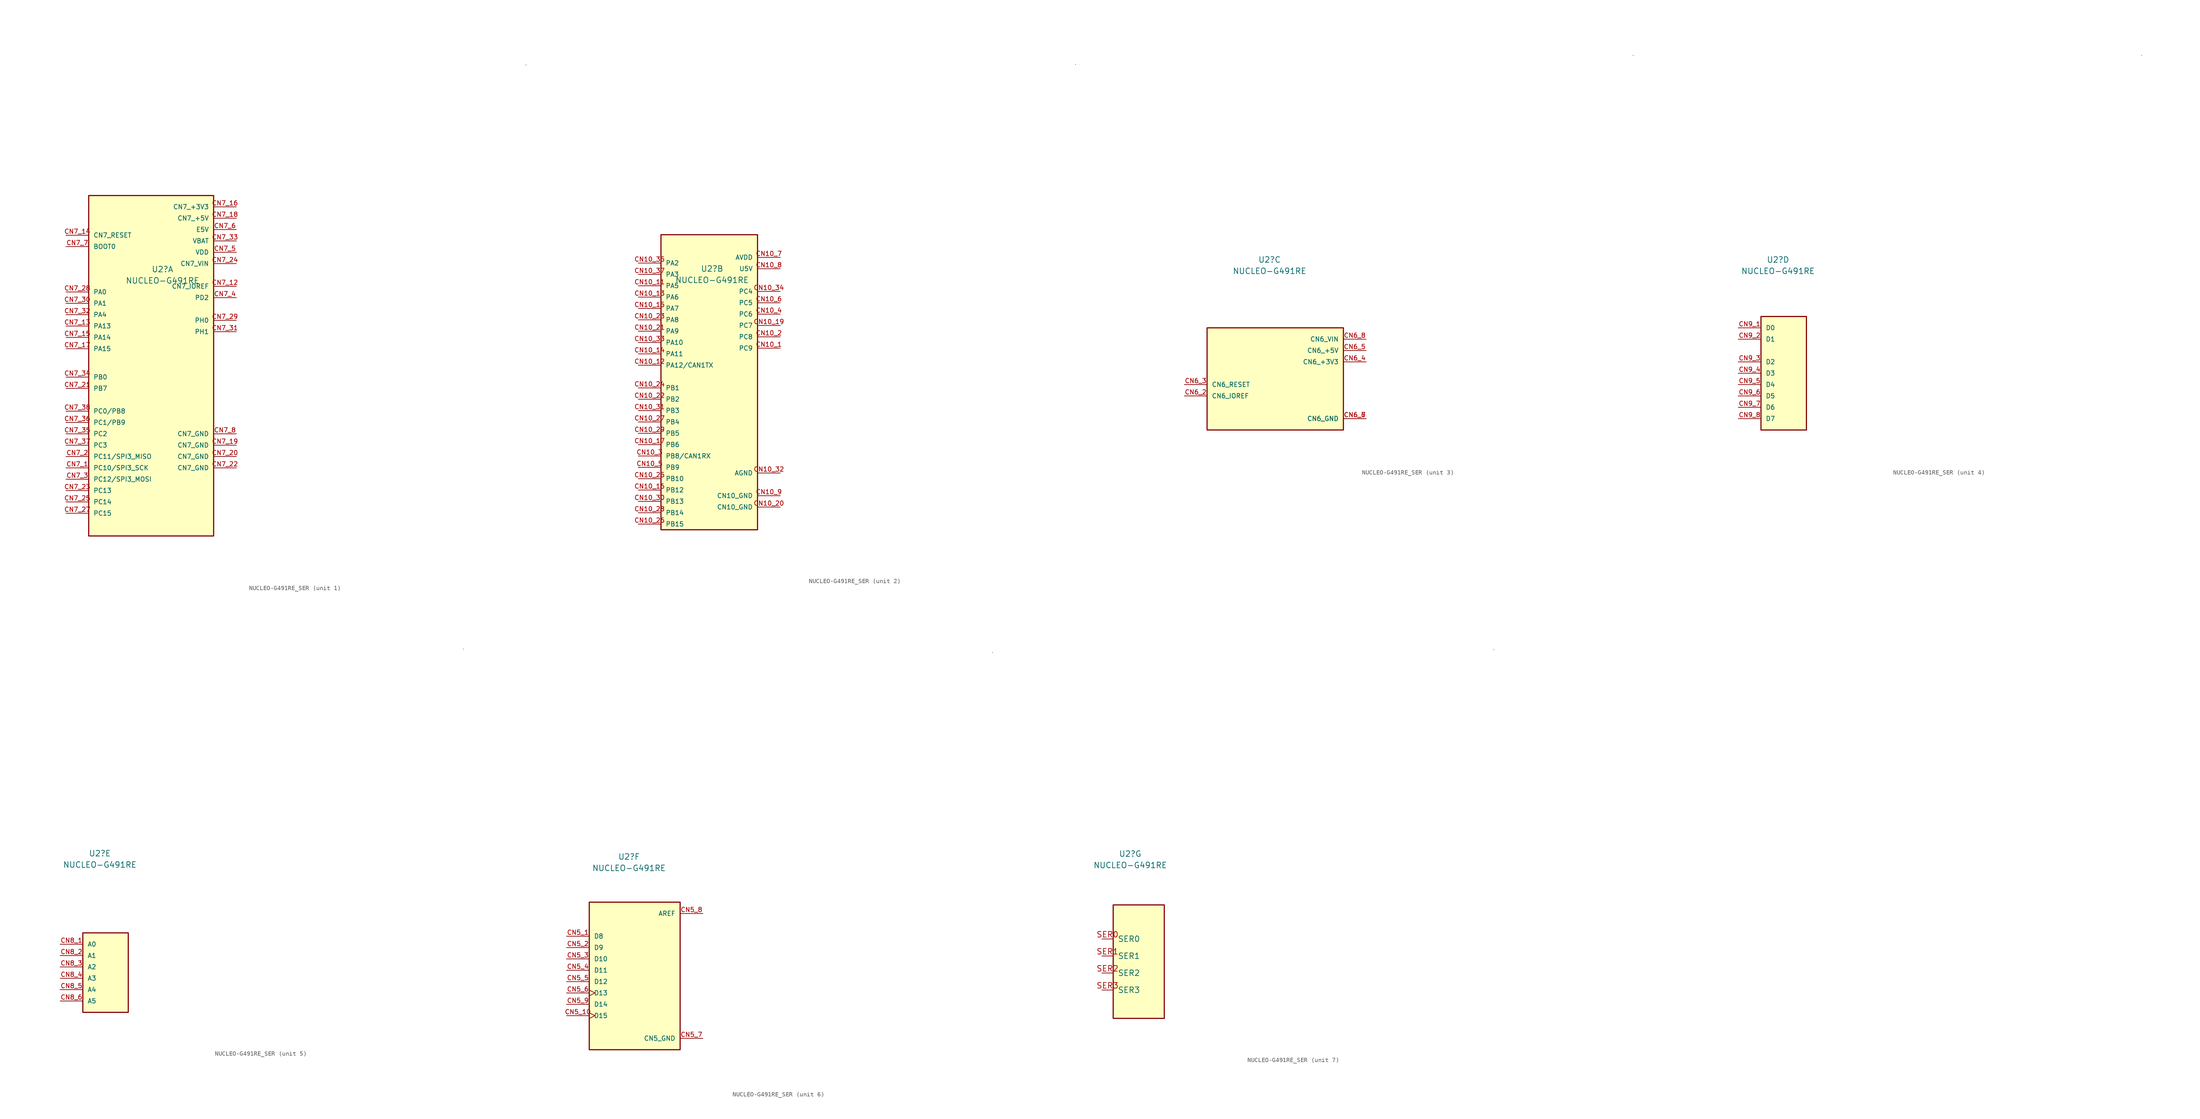
<source format=kicad_sym>
(kicad_symbol_lib
  (version 20220914)
  (generator kicad_symbol_editor)
  (symbol "NUCLEO-G491RE_SER"
    (pin_names
      (offset 1.016))
    (property "Reference" "U2"
      (at -1.27 25.4 0)
      (effects (font (size 1.27 1.27))))
    (property "Value" "NUCLEO-G491RE"
      (at -1.27 22.86 0)
      (effects (font (size 1.27 1.27))))
    (property "ki_locked" ""
      (at 0 0 0)
      (effects (font (size 1.27 1.27))))
    (symbol "NUCLEO-G491RE_SER_0_1"
      (rectangle (start 80.01 71.12) (end 80.01 71.12) (stroke (width 0) (type default)) (fill (type none))))
    (symbol "NUCLEO-G491RE_SER_1_0"
      (rectangle (start -17.78 41.91) (end 10.16 -34.29) (stroke (width 0.254) (type default)) (fill (type background)))
      (pin bidirectional line (at -22.86 -19.05 0) (length 5.08) (name "PC10/SPI3_SCK" (effects (font (size 1.016 1.016)))) (number "CN7_1" (effects (font (size 1.016 1.016)))))
      (pin bidirectional line (at 15.24 21.59 180) (length 5.08) (name "CN7_IOREF" (effects (font (size 1.016 1.016)))) (number "CN7_12" (effects (font (size 1.016 1.016)))))
      (pin bidirectional line (at -22.86 12.7 0) (length 5.08) (name "PA13" (effects (font (size 1.016 1.016)))) (number "CN7_13" (effects (font (size 1.016 1.016)))))
      (pin bidirectional line (at -22.86 33.02 0) (length 5.08) (name "CN7_RESET" (effects (font (size 1.016 1.016)))) (number "CN7_14" (effects (font (size 1.016 1.016)))))
      (pin bidirectional line (at -22.86 10.16 0) (length 5.08) (name "PA14" (effects (font (size 1.016 1.016)))) (number "CN7_15" (effects (font (size 1.016 1.016)))))
      (pin power_in line (at 15.24 39.37 180) (length 5.08) (name "CN7_+3V3" (effects (font (size 1.016 1.016)))) (number "CN7_16" (effects (font (size 1.016 1.016)))))
      (pin bidirectional line (at -22.86 7.62 0) (length 5.08) (name "PA15" (effects (font (size 1.016 1.016)))) (number "CN7_17" (effects (font (size 1.016 1.016)))))
      (pin power_in line (at 15.24 36.83 180) (length 5.08) (name "CN7_+5V" (effects (font (size 1.016 1.016)))) (number "CN7_18" (effects (font (size 1.016 1.016)))))
      (pin power_in line (at 15.24 -13.97 180) (length 5.08) (name "CN7_GND" (effects (font (size 1.016 1.016)))) (number "CN7_19" (effects (font (size 1.016 1.016)))))
      (pin bidirectional line (at -22.86 -16.51 0) (length 5.08) (name "PC11/SPI3_MISO" (effects (font (size 1.016 1.016)))) (number "CN7_2" (effects (font (size 1.016 1.016)))))
      (pin power_in line (at 15.24 -16.51 180) (length 5.08) (name "CN7_GND" (effects (font (size 1.016 1.016)))) (number "CN7_20" (effects (font (size 1.016 1.016)))))
      (pin bidirectional line (at -22.86 -1.27 0) (length 5.08) (name "PB7" (effects (font (size 1.016 1.016)))) (number "CN7_21" (effects (font (size 1.016 1.016)))))
      (pin power_in line (at 15.24 -19.05 180) (length 5.08) (name "CN7_GND" (effects (font (size 1.016 1.016)))) (number "CN7_22" (effects (font (size 1.016 1.016)))))
      (pin bidirectional line (at -22.86 -24.13 0) (length 5.08) (name "PC13" (effects (font (size 1.016 1.016)))) (number "CN7_23" (effects (font (size 1.016 1.016)))))
      (pin power_in line (at 15.24 26.67 180) (length 5.08) (name "CN7_VIN" (effects (font (size 1.016 1.016)))) (number "CN7_24" (effects (font (size 1.016 1.016)))))
      (pin bidirectional line (at -22.86 -26.67 0) (length 5.08) (name "PC14" (effects (font (size 1.016 1.016)))) (number "CN7_25" (effects (font (size 1.016 1.016)))))
      (pin bidirectional line (at -22.86 -29.21 0) (length 5.08) (name "PC15" (effects (font (size 1.016 1.016)))) (number "CN7_27" (effects (font (size 1.016 1.016)))))
      (pin bidirectional line (at -22.86 20.32 0) (length 5.08) (name "PA0" (effects (font (size 1.016 1.016)))) (number "CN7_28" (effects (font (size 1.016 1.016)))))
      (pin bidirectional line (at 15.24 13.97 180) (length 5.08) (name "PH0" (effects (font (size 1.016 1.016)))) (number "CN7_29" (effects (font (size 1.016 1.016)))))
      (pin bidirectional line (at -22.86 -21.59 0) (length 5.08) (name "PC12/SPI3_MOSI" (effects (font (size 1.016 1.016)))) (number "CN7_3" (effects (font (size 1.016 1.016)))))
      (pin bidirectional line (at -22.86 17.78 0) (length 5.08) (name "PA1" (effects (font (size 1.016 1.016)))) (number "CN7_30" (effects (font (size 1.016 1.016)))))
      (pin bidirectional line (at 15.24 11.43 180) (length 5.08) (name "PH1" (effects (font (size 1.016 1.016)))) (number "CN7_31" (effects (font (size 1.016 1.016)))))
      (pin bidirectional line (at -22.86 15.24 0) (length 5.08) (name "PA4" (effects (font (size 1.016 1.016)))) (number "CN7_32" (effects (font (size 1.016 1.016)))))
      (pin power_in line (at 15.24 31.75 180) (length 5.08) (name "VBAT" (effects (font (size 1.016 1.016)))) (number "CN7_33" (effects (font (size 1.016 1.016)))))
      (pin bidirectional line (at -22.86 1.27 0) (length 5.08) (name "PB0" (effects (font (size 1.016 1.016)))) (number "CN7_34" (effects (font (size 1.016 1.016)))))
      (pin bidirectional line (at -22.86 -11.43 0) (length 5.08) (name "PC2" (effects (font (size 1.016 1.016)))) (number "CN7_35" (effects (font (size 1.016 1.016)))))
      (pin bidirectional line (at -22.86 -8.89 0) (length 5.08) (name "PC1/PB9" (effects (font (size 1.016 1.016)))) (number "CN7_36" (effects (font (size 1.016 1.016)))))
      (pin bidirectional line (at -22.86 -13.97 0) (length 5.08) (name "PC3" (effects (font (size 1.016 1.016)))) (number "CN7_37" (effects (font (size 1.016 1.016)))))
      (pin bidirectional line (at -22.86 -6.35 0) (length 5.08) (name "PC0/PB8" (effects (font (size 1.016 1.016)))) (number "CN7_38" (effects (font (size 1.016 1.016)))))
      (pin bidirectional line (at 15.24 19.05 180) (length 5.08) (name "PD2" (effects (font (size 1.016 1.016)))) (number "CN7_4" (effects (font (size 1.016 1.016)))))
      (pin power_in line (at 15.24 29.21 180) (length 5.08) (name "VDD" (effects (font (size 1.016 1.016)))) (number "CN7_5" (effects (font (size 1.016 1.016)))))
      (pin power_in line (at 15.24 34.29 180) (length 5.08) (name "E5V" (effects (font (size 1.016 1.016)))) (number "CN7_6" (effects (font (size 1.016 1.016)))))
      (pin bidirectional line (at -22.86 30.48 0) (length 5.08) (name "BOOT0" (effects (font (size 1.016 1.016)))) (number "CN7_7" (effects (font (size 1.016 1.016)))))
      (pin power_in line (at 15.24 -11.43 180) (length 5.08) (name "CN7_GND" (effects (font (size 1.016 1.016)))) (number "CN7_8" (effects (font (size 1.016 1.016))))))
    (symbol "NUCLEO-G491RE_SER_2_0"
      (rectangle (start -12.7 33.02) (end 8.89 -33.02) (stroke (width 0.254) (type default)) (fill (type background)))
      (pin bidirectional line (at 13.97 7.62 180) (length 5.08) (name "PC9" (effects (font (size 1.016 1.016)))) (number "CN10_1" (effects (font (size 1.016 1.016)))))
      (pin bidirectional line (at -17.78 21.59 0) (length 5.08) (name "PA5" (effects (font (size 1.016 1.016)))) (number "CN10_11" (effects (font (size 1.016 1.016)))))
      (pin bidirectional line (at -17.78 3.81 0) (length 5.08) (name "PA12/CAN1TX" (effects (font (size 1.016 1.016)))) (number "CN10_12" (effects (font (size 1.016 1.016)))))
      (pin bidirectional line (at -17.78 19.05 0) (length 5.08) (name "PA6" (effects (font (size 1.016 1.016)))) (number "CN10_13" (effects (font (size 1.016 1.016)))))
      (pin bidirectional line (at -17.78 6.35 0) (length 5.08) (name "PA11" (effects (font (size 1.016 1.016)))) (number "CN10_14" (effects (font (size 1.016 1.016)))))
      (pin bidirectional line (at -17.78 16.51 0) (length 5.08) (name "PA7" (effects (font (size 1.016 1.016)))) (number "CN10_15" (effects (font (size 1.016 1.016)))))
      (pin bidirectional line (at -17.78 -24.13 0) (length 5.08) (name "PB12" (effects (font (size 1.016 1.016)))) (number "CN10_16" (effects (font (size 1.016 1.016)))))
      (pin bidirectional line (at -17.78 -13.97 0) (length 5.08) (name "PB6" (effects (font (size 1.016 1.016)))) (number "CN10_17" (effects (font (size 1.016 1.016)))))
      (pin bidirectional line (at 13.97 12.7 180) (length 5.08) (name "PC7" (effects (font (size 1.016 1.016)))) (number "CN10_19" (effects (font (size 1.016 1.016)))))
      (pin bidirectional line (at 13.97 10.16 180) (length 5.08) (name "PC8" (effects (font (size 1.016 1.016)))) (number "CN10_2" (effects (font (size 1.016 1.016)))))
      (pin power_in line (at 13.97 -27.94 180) (length 5.08) (name "CN10_GND" (effects (font (size 1.016 1.016)))) (number "CN10_20" (effects (font (size 1.016 1.016)))))
      (pin bidirectional line (at -17.78 11.43 0) (length 5.08) (name "PA9" (effects (font (size 1.016 1.016)))) (number "CN10_21" (effects (font (size 1.016 1.016)))))
      (pin bidirectional line (at -17.78 -3.81 0) (length 5.08) (name "PB2" (effects (font (size 1.016 1.016)))) (number "CN10_22" (effects (font (size 1.016 1.016)))))
      (pin bidirectional line (at -17.78 13.97 0) (length 5.08) (name "PA8" (effects (font (size 1.016 1.016)))) (number "CN10_23" (effects (font (size 1.016 1.016)))))
      (pin bidirectional line (at -17.78 -1.27 0) (length 5.08) (name "PB1" (effects (font (size 1.016 1.016)))) (number "CN10_24" (effects (font (size 1.016 1.016)))))
      (pin bidirectional line (at -17.78 -21.59 0) (length 5.08) (name "PB10" (effects (font (size 1.016 1.016)))) (number "CN10_25" (effects (font (size 1.016 1.016)))))
      (pin bidirectional line (at -17.78 -31.75 0) (length 5.08) (name "PB15" (effects (font (size 1.016 1.016)))) (number "CN10_26" (effects (font (size 1.016 1.016)))))
      (pin bidirectional line (at -17.78 -8.89 0) (length 5.08) (name "PB4" (effects (font (size 1.016 1.016)))) (number "CN10_27" (effects (font (size 1.016 1.016)))))
      (pin bidirectional line (at -17.78 -29.21 0) (length 5.08) (name "PB14" (effects (font (size 1.016 1.016)))) (number "CN10_28" (effects (font (size 1.016 1.016)))))
      (pin bidirectional line (at -17.78 -11.43 0) (length 5.08) (name "PB5" (effects (font (size 1.016 1.016)))) (number "CN10_29" (effects (font (size 1.016 1.016)))))
      (pin bidirectional line (at -17.78 -16.51 0) (length 5.08) (name "PB8/CAN1RX" (effects (font (size 1.016 1.016)))) (number "CN10_3" (effects (font (size 1.016 1.016)))))
      (pin bidirectional line (at -17.78 -26.67 0) (length 5.08) (name "PB13" (effects (font (size 1.016 1.016)))) (number "CN10_30" (effects (font (size 1.016 1.016)))))
      (pin bidirectional line (at -17.78 -6.35 0) (length 5.08) (name "PB3" (effects (font (size 1.016 1.016)))) (number "CN10_31" (effects (font (size 1.016 1.016)))))
      (pin power_in line (at 13.97 -20.32 180) (length 5.08) (name "AGND" (effects (font (size 1.016 1.016)))) (number "CN10_32" (effects (font (size 1.016 1.016)))))
      (pin bidirectional line (at -17.78 8.89 0) (length 5.08) (name "PA10" (effects (font (size 1.016 1.016)))) (number "CN10_33" (effects (font (size 1.016 1.016)))))
      (pin bidirectional line (at 13.97 20.32 180) (length 5.08) (name "PC4" (effects (font (size 1.016 1.016)))) (number "CN10_34" (effects (font (size 1.016 1.016)))))
      (pin bidirectional line (at -17.78 26.67 0) (length 5.08) (name "PA2" (effects (font (size 1.016 1.016)))) (number "CN10_35" (effects (font (size 1.016 1.016)))))
      (pin bidirectional line (at -17.78 24.13 0) (length 5.08) (name "PA3" (effects (font (size 1.016 1.016)))) (number "CN10_37" (effects (font (size 1.016 1.016)))))
      (pin bidirectional line (at 13.97 15.24 180) (length 5.08) (name "PC6" (effects (font (size 1.016 1.016)))) (number "CN10_4" (effects (font (size 1.016 1.016)))))
      (pin bidirectional line (at -17.78 -19.05 0) (length 5.08) (name "PB9" (effects (font (size 1.016 1.016)))) (number "CN10_5" (effects (font (size 1.016 1.016)))))
      (pin bidirectional line (at 13.97 17.78 180) (length 5.08) (name "PC5" (effects (font (size 1.016 1.016)))) (number "CN10_6" (effects (font (size 1.016 1.016)))))
      (pin power_in line (at 13.97 27.94 180) (length 5.08) (name "AVDD" (effects (font (size 1.016 1.016)))) (number "CN10_7" (effects (font (size 1.016 1.016)))))
      (pin power_in line (at 13.97 25.4 180) (length 5.08) (name "U5V" (effects (font (size 1.016 1.016)))) (number "CN10_8" (effects (font (size 1.016 1.016)))))
      (pin power_in line (at 13.97 -25.4 180) (length 5.08) (name "CN10_GND" (effects (font (size 1.016 1.016)))) (number "CN10_9" (effects (font (size 1.016 1.016))))))
    (symbol "NUCLEO-G491RE_SER_3_0"
      (rectangle (start -15.24 -12.7) (end 15.24 10.16) (stroke (width 0.254) (type default)) (fill (type background)))
      (pin bidirectional line (at -20.32 -5.08 0) (length 5.08) (name "CN6_IOREF" (effects (font (size 1.016 1.016)))) (number "CN6_2" (effects (font (size 1.016 1.016)))))
      (pin bidirectional line (at -20.32 -2.54 0) (length 5.08) (name "CN6_RESET" (effects (font (size 1.016 1.016)))) (number "CN6_3" (effects (font (size 1.016 1.016)))))
      (pin power_in line (at 20.32 2.54 180) (length 5.08) (name "CN6_+3V3" (effects (font (size 1.016 1.016)))) (number "CN6_4" (effects (font (size 1.016 1.016)))))
      (pin power_in line (at 20.32 5.08 180) (length 5.08) (name "CN6_+5V" (effects (font (size 1.016 1.016)))) (number "CN6_5" (effects (font (size 1.016 1.016)))))
      (pin power_in line (at 20.32 -10.16 180) (length 5.08) (name "CN6_GND" (effects (font (size 1.016 1.016)))) (number "CN6_6" (effects (font (size 1.016 1.016)))))
      (pin power_in line (at 20.32 -10.16 180) (length 5.08) (name "CN6_GND" (effects (font (size 1.016 1.016)))) (number "CN6_7" (effects (font (size 1.016 1.016)))))
      (pin power_in line (at 20.32 7.62 180) (length 5.08) (name "CN6_VIN" (effects (font (size 1.016 1.016)))) (number "CN6_8" (effects (font (size 1.016 1.016))))))
    (symbol "NUCLEO-G491RE_SER_4_0"
      (rectangle (start -5.08 -12.7) (end 5.08 12.7) (stroke (width 0.254) (type default)) (fill (type background)))
      (pin input line (at -10.16 10.16 0) (length 5.08) (name "D0" (effects (font (size 1.016 1.016)))) (number "CN9_1" (effects (font (size 1.016 1.016)))))
      (pin output line (at -10.16 7.62 0) (length 5.08) (name "D1" (effects (font (size 1.016 1.016)))) (number "CN9_2" (effects (font (size 1.016 1.016)))))
      (pin bidirectional line (at -10.16 2.54 0) (length 5.08) (name "D2" (effects (font (size 1.016 1.016)))) (number "CN9_3" (effects (font (size 1.016 1.016)))))
      (pin bidirectional line (at -10.16 0 0) (length 5.08) (name "D3" (effects (font (size 1.016 1.016)))) (number "CN9_4" (effects (font (size 1.016 1.016)))))
      (pin bidirectional line (at -10.16 -2.54 0) (length 5.08) (name "D4" (effects (font (size 1.016 1.016)))) (number "CN9_5" (effects (font (size 1.016 1.016)))))
      (pin bidirectional line (at -10.16 -5.08 0) (length 5.08) (name "D5" (effects (font (size 1.016 1.016)))) (number "CN9_6" (effects (font (size 1.016 1.016)))))
      (pin bidirectional line (at -10.16 -7.62 0) (length 5.08) (name "D6" (effects (font (size 1.016 1.016)))) (number "CN9_7" (effects (font (size 1.016 1.016)))))
      (pin bidirectional line (at -10.16 -10.16 0) (length 5.08) (name "D7" (effects (font (size 1.016 1.016)))) (number "CN9_8" (effects (font (size 1.016 1.016))))))
    (symbol "NUCLEO-G491RE_SER_5_0"
      (rectangle (start -5.08 -10.16) (end 5.08 7.62) (stroke (width 0.254) (type default)) (fill (type background)))
      (pin input line (at -10.16 5.08 0) (length 5.08) (name "A0" (effects (font (size 1.016 1.016)))) (number "CN8_1" (effects (font (size 1.016 1.016)))))
      (pin input line (at -10.16 2.54 0) (length 5.08) (name "A1" (effects (font (size 1.016 1.016)))) (number "CN8_2" (effects (font (size 1.016 1.016)))))
      (pin input line (at -10.16 0 0) (length 5.08) (name "A2" (effects (font (size 1.016 1.016)))) (number "CN8_3" (effects (font (size 1.016 1.016)))))
      (pin input line (at -10.16 -2.54 0) (length 5.08) (name "A3" (effects (font (size 1.016 1.016)))) (number "CN8_4" (effects (font (size 1.016 1.016)))))
      (pin input line (at -10.16 -5.08 0) (length 5.08) (name "A4" (effects (font (size 1.016 1.016)))) (number "CN8_5" (effects (font (size 1.016 1.016)))))
      (pin input line (at -10.16 -7.62 0) (length 5.08) (name "A5" (effects (font (size 1.016 1.016)))) (number "CN8_6" (effects (font (size 1.016 1.016))))))
    (symbol "NUCLEO-G491RE_SER_6_0"
      (rectangle (start -10.16 15.24) (end 10.16 -17.78) (stroke (width 0.254) (type default)) (fill (type background)))
      (pin bidirectional line (at -15.24 7.62 0) (length 5.08) (name "D8" (effects (font (size 1.016 1.016)))) (number "CN5_1" (effects (font (size 1.016 1.016)))))
      (pin bidirectional clock (at -15.24 -10.16 0) (length 5.08) (name "D15" (effects (font (size 1.016 1.016)))) (number "CN5_10" (effects (font (size 1.016 1.016)))))
      (pin bidirectional line (at -15.24 5.08 0) (length 5.08) (name "D9" (effects (font (size 1.016 1.016)))) (number "CN5_2" (effects (font (size 1.016 1.016)))))
      (pin bidirectional line (at -15.24 2.54 0) (length 5.08) (name "D10" (effects (font (size 1.016 1.016)))) (number "CN5_3" (effects (font (size 1.016 1.016)))))
      (pin bidirectional line (at -15.24 0 0) (length 5.08) (name "D11" (effects (font (size 1.016 1.016)))) (number "CN5_4" (effects (font (size 1.016 1.016)))))
      (pin bidirectional line (at -15.24 -2.54 0) (length 5.08) (name "D12" (effects (font (size 1.016 1.016)))) (number "CN5_5" (effects (font (size 1.016 1.016)))))
      (pin bidirectional clock (at -15.24 -5.08 0) (length 5.08) (name "D13" (effects (font (size 1.016 1.016)))) (number "CN5_6" (effects (font (size 1.016 1.016)))))
      (pin power_in line (at 15.24 -15.24 180) (length 5.08) (name "CN5_GND" (effects (font (size 1.016 1.016)))) (number "CN5_7" (effects (font (size 1.016 1.016)))))
      (pin power_in line (at 15.24 12.7 180) (length 5.08) (name "AREF" (effects (font (size 1.016 1.016)))) (number "CN5_8" (effects (font (size 1.016 1.016)))))
      (pin bidirectional line (at -15.24 -7.62 0) (length 5.08) (name "D14" (effects (font (size 1.016 1.016)))) (number "CN5_9" (effects (font (size 1.016 1.016))))))
    (symbol "NUCLEO-G491RE_SER_7_0"
      (rectangle (start -5.08 13.97) (end 6.35 -11.43) (stroke (width 0.254) (type default)) (fill (type background))))
    (symbol "NUCLEO-G491RE_SER_7_1"
      (pin input line (at -7.62 6.35 0) (length 2.54) (name "SER0" (effects (font (size 1.27 1.27)))) (number "SER0" (effects (font (size 1.27 1.27)))))
      (pin input line (at -7.62 2.54 0) (length 2.54) (name "SER1" (effects (font (size 1.27 1.27)))) (number "SER1" (effects (font (size 1.27 1.27)))))
      (pin input line (at -7.62 -1.27 0) (length 2.54) (name "SER2" (effects (font (size 1.27 1.27)))) (number "SER2" (effects (font (size 1.27 1.27)))))
      (pin input line (at -7.62 -5.08 0) (length 2.54) (name "SER3" (effects (font (size 1.27 1.27)))) (number "SER3" (effects (font (size 1.27 1.27))))))))
</source>
